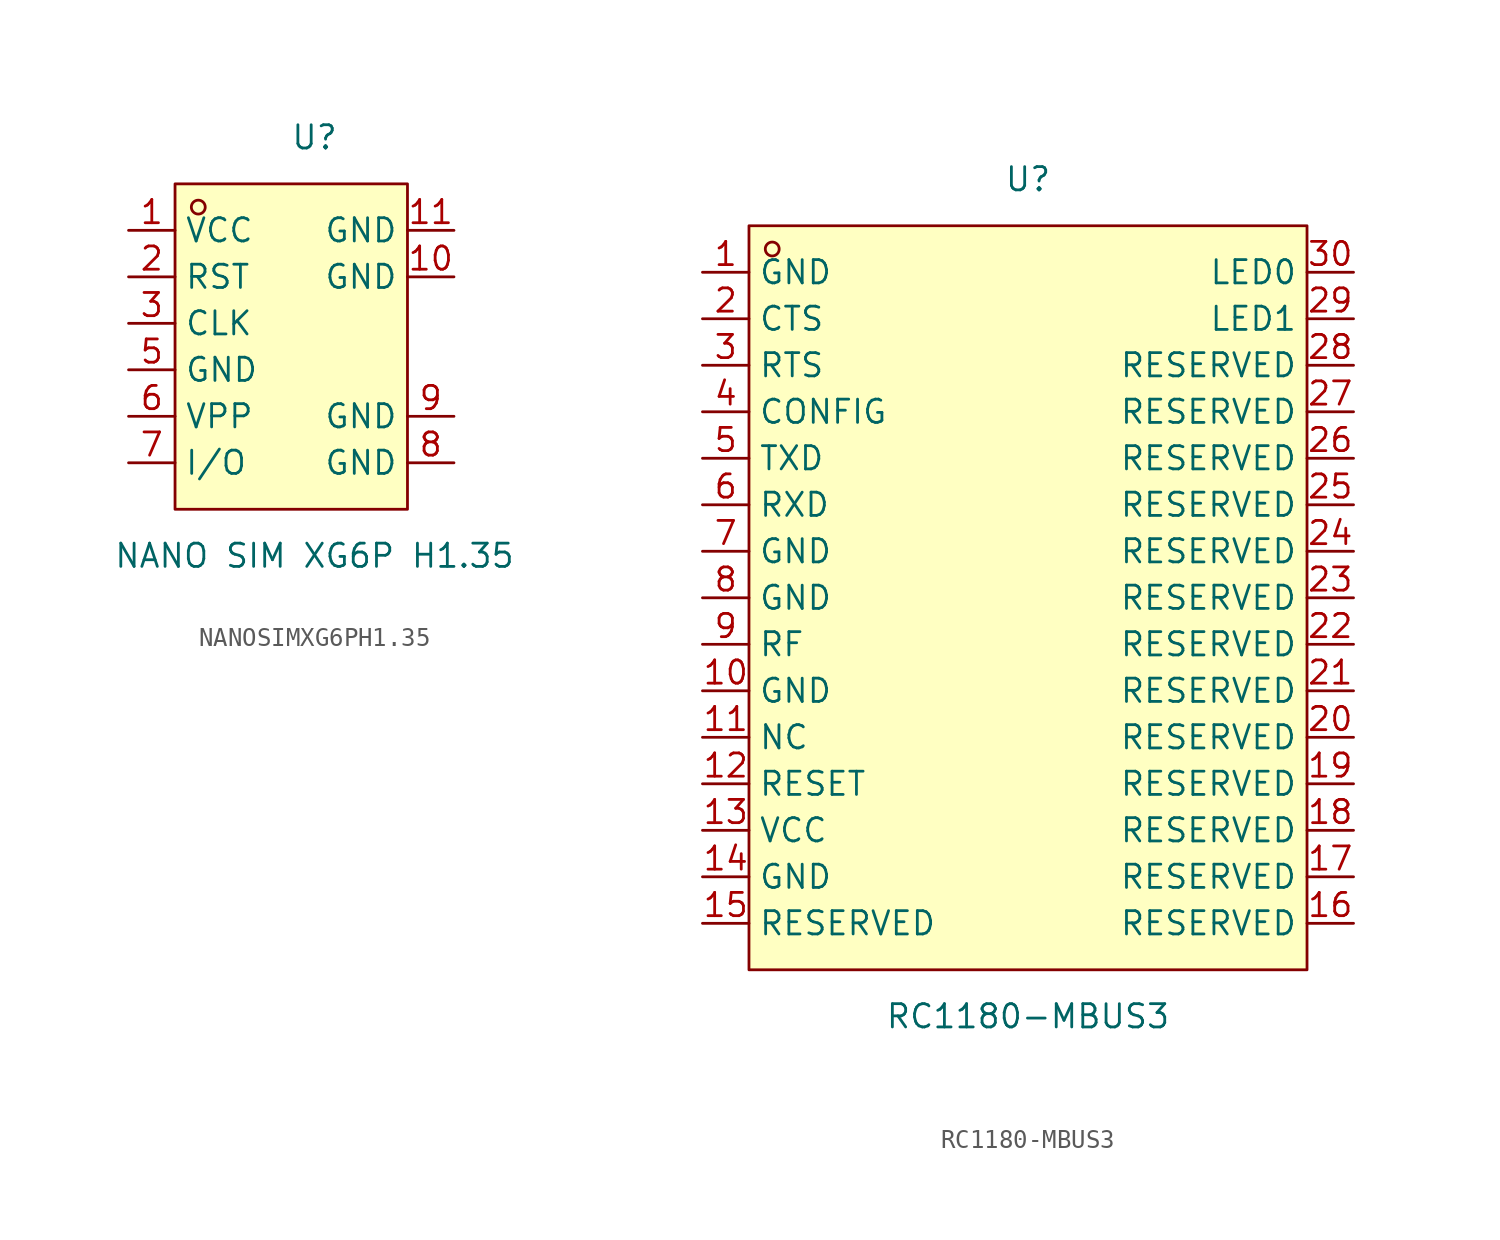
<source format=kicad_sym>
(kicad_symbol_lib
  (version 20211014)
  (generator https://github.com/uPesy/easyeda2kicad.py)
  (symbol "NANOSIMXG6PH1.35"
    (property "Reference" "U"
      (at 0 12.70 0)
      (effects (font (size 1.27 1.27))))
    (property "Value" "NANO SIM XG6P H1.35"
      (at 0 -10.16 0)
      (effects (font (size 1.27 1.27))))
    (symbol "NANOSIMXG6PH1.35_0_1"
      (rectangle (start -7.62 10.16) (end 5.08 -7.62) (stroke (width 0) (type default) (color 0 0 0 0)) (fill (type background)))
      (circle (center -6.35 8.89) (radius 0.38) (stroke (width 0) (type default) (color 0 0 0 0)) (fill (type none)))
      (pin unspecified line (at 7.62 -5.08 180) (length 2.54) (name "GND" (effects (font (size 1.27 1.27)))) (number "8" (effects (font (size 1.27 1.27)))))
      (pin unspecified line (at -10.16 7.62 0) (length 2.54) (name "VCC" (effects (font (size 1.27 1.27)))) (number "1" (effects (font (size 1.27 1.27)))))
      (pin unspecified line (at -10.16 5.08 0) (length 2.54) (name "RST" (effects (font (size 1.27 1.27)))) (number "2" (effects (font (size 1.27 1.27)))))
      (pin unspecified line (at -10.16 2.54 0) (length 2.54) (name "CLK" (effects (font (size 1.27 1.27)))) (number "3" (effects (font (size 1.27 1.27)))))
      (pin unspecified line (at -10.16 -0.00 0) (length 2.54) (name "GND" (effects (font (size 1.27 1.27)))) (number "5" (effects (font (size 1.27 1.27)))))
      (pin unspecified line (at -10.16 -2.54 0) (length 2.54) (name "VPP" (effects (font (size 1.27 1.27)))) (number "6" (effects (font (size 1.27 1.27)))))
      (pin unspecified line (at -10.16 -5.08 0) (length 2.54) (name "I/O" (effects (font (size 1.27 1.27)))) (number "7" (effects (font (size 1.27 1.27)))))
      (pin unspecified line (at 7.62 -2.54 180) (length 2.54) (name "GND" (effects (font (size 1.27 1.27)))) (number "9" (effects (font (size 1.27 1.27)))))
      (pin unspecified line (at 7.62 5.08 180) (length 2.54) (name "GND" (effects (font (size 1.27 1.27)))) (number "10" (effects (font (size 1.27 1.27)))))
      (pin unspecified line (at 7.62 7.62 180) (length 2.54) (name "GND" (effects (font (size 1.27 1.27)))) (number "11" (effects (font (size 1.27 1.27)))))))
  (symbol "RC1180-MBUS3"
    (property "Reference" "U"
      (at 0 22.86 0)
      (effects (font (size 1.27 1.27))))
    (property "Value" "RC1180-MBUS3"
      (at 0 -22.86 0)
      (effects (font (size 1.27 1.27))))
    (symbol "RC1180-MBUS3_0_1"
      (rectangle (start -15.24 20.32) (end 15.24 -20.32) (stroke (width 0) (type default) (color 0 0 0 0)) (fill (type background)))
      (circle (center -13.97 19.05) (radius 0.38) (stroke (width 0) (type default) (color 0 0 0 0)) (fill (type none)))
      (pin unspecified line (at -17.78 17.78 0) (length 2.54) (name "GND" (effects (font (size 1.27 1.27)))) (number "1" (effects (font (size 1.27 1.27)))))
      (pin unspecified line (at -17.78 15.24 0) (length 2.54) (name "CTS" (effects (font (size 1.27 1.27)))) (number "2" (effects (font (size 1.27 1.27)))))
      (pin unspecified line (at -17.78 12.70 0) (length 2.54) (name "RTS" (effects (font (size 1.27 1.27)))) (number "3" (effects (font (size 1.27 1.27)))))
      (pin unspecified line (at -17.78 10.16 0) (length 2.54) (name "CONFIG" (effects (font (size 1.27 1.27)))) (number "4" (effects (font (size 1.27 1.27)))))
      (pin unspecified line (at -17.78 7.62 0) (length 2.54) (name "TXD" (effects (font (size 1.27 1.27)))) (number "5" (effects (font (size 1.27 1.27)))))
      (pin unspecified line (at -17.78 5.08 0) (length 2.54) (name "RXD" (effects (font (size 1.27 1.27)))) (number "6" (effects (font (size 1.27 1.27)))))
      (pin unspecified line (at -17.78 2.54 0) (length 2.54) (name "GND" (effects (font (size 1.27 1.27)))) (number "7" (effects (font (size 1.27 1.27)))))
      (pin unspecified line (at -17.78 -0.00 0) (length 2.54) (name "GND" (effects (font (size 1.27 1.27)))) (number "8" (effects (font (size 1.27 1.27)))))
      (pin unspecified line (at -17.78 -2.54 0) (length 2.54) (name "RF" (effects (font (size 1.27 1.27)))) (number "9" (effects (font (size 1.27 1.27)))))
      (pin unspecified line (at -17.78 -5.08 0) (length 2.54) (name "GND" (effects (font (size 1.27 1.27)))) (number "10" (effects (font (size 1.27 1.27)))))
      (pin unspecified line (at -17.78 -7.62 0) (length 2.54) (name "NC" (effects (font (size 1.27 1.27)))) (number "11" (effects (font (size 1.27 1.27)))))
      (pin unspecified line (at -17.78 -10.16 0) (length 2.54) (name "RESET" (effects (font (size 1.27 1.27)))) (number "12" (effects (font (size 1.27 1.27)))))
      (pin unspecified line (at -17.78 -12.70 0) (length 2.54) (name "VCC" (effects (font (size 1.27 1.27)))) (number "13" (effects (font (size 1.27 1.27)))))
      (pin unspecified line (at -17.78 -15.24 0) (length 2.54) (name "GND" (effects (font (size 1.27 1.27)))) (number "14" (effects (font (size 1.27 1.27)))))
      (pin unspecified line (at -17.78 -17.78 0) (length 2.54) (name "RESERVED" (effects (font (size 1.27 1.27)))) (number "15" (effects (font (size 1.27 1.27)))))
      (pin unspecified line (at 17.78 -17.78 180) (length 2.54) (name "RESERVED" (effects (font (size 1.27 1.27)))) (number "16" (effects (font (size 1.27 1.27)))))
      (pin unspecified line (at 17.78 -15.24 180) (length 2.54) (name "RESERVED" (effects (font (size 1.27 1.27)))) (number "17" (effects (font (size 1.27 1.27)))))
      (pin unspecified line (at 17.78 -12.70 180) (length 2.54) (name "RESERVED" (effects (font (size 1.27 1.27)))) (number "18" (effects (font (size 1.27 1.27)))))
      (pin unspecified line (at 17.78 -10.16 180) (length 2.54) (name "RESERVED" (effects (font (size 1.27 1.27)))) (number "19" (effects (font (size 1.27 1.27)))))
      (pin unspecified line (at 17.78 -7.62 180) (length 2.54) (name "RESERVED" (effects (font (size 1.27 1.27)))) (number "20" (effects (font (size 1.27 1.27)))))
      (pin unspecified line (at 17.78 -5.08 180) (length 2.54) (name "RESERVED" (effects (font (size 1.27 1.27)))) (number "21" (effects (font (size 1.27 1.27)))))
      (pin unspecified line (at 17.78 -2.54 180) (length 2.54) (name "RESERVED" (effects (font (size 1.27 1.27)))) (number "22" (effects (font (size 1.27 1.27)))))
      (pin unspecified line (at 17.78 -0.00 180) (length 2.54) (name "RESERVED" (effects (font (size 1.27 1.27)))) (number "23" (effects (font (size 1.27 1.27)))))
      (pin unspecified line (at 17.78 2.54 180) (length 2.54) (name "RESERVED" (effects (font (size 1.27 1.27)))) (number "24" (effects (font (size 1.27 1.27)))))
      (pin unspecified line (at 17.78 5.08 180) (length 2.54) (name "RESERVED" (effects (font (size 1.27 1.27)))) (number "25" (effects (font (size 1.27 1.27)))))
      (pin unspecified line (at 17.78 7.62 180) (length 2.54) (name "RESERVED" (effects (font (size 1.27 1.27)))) (number "26" (effects (font (size 1.27 1.27)))))
      (pin unspecified line (at 17.78 10.16 180) (length 2.54) (name "RESERVED" (effects (font (size 1.27 1.27)))) (number "27" (effects (font (size 1.27 1.27)))))
      (pin unspecified line (at 17.78 12.70 180) (length 2.54) (name "RESERVED" (effects (font (size 1.27 1.27)))) (number "28" (effects (font (size 1.27 1.27)))))
      (pin unspecified line (at 17.78 15.24 180) (length 2.54) (name "LED1" (effects (font (size 1.27 1.27)))) (number "29" (effects (font (size 1.27 1.27)))))
      (pin unspecified line (at 17.78 17.78 180) (length 2.54) (name "LED0" (effects (font (size 1.27 1.27)))) (number "30" (effects (font (size 1.27 1.27))))))))
</source>
